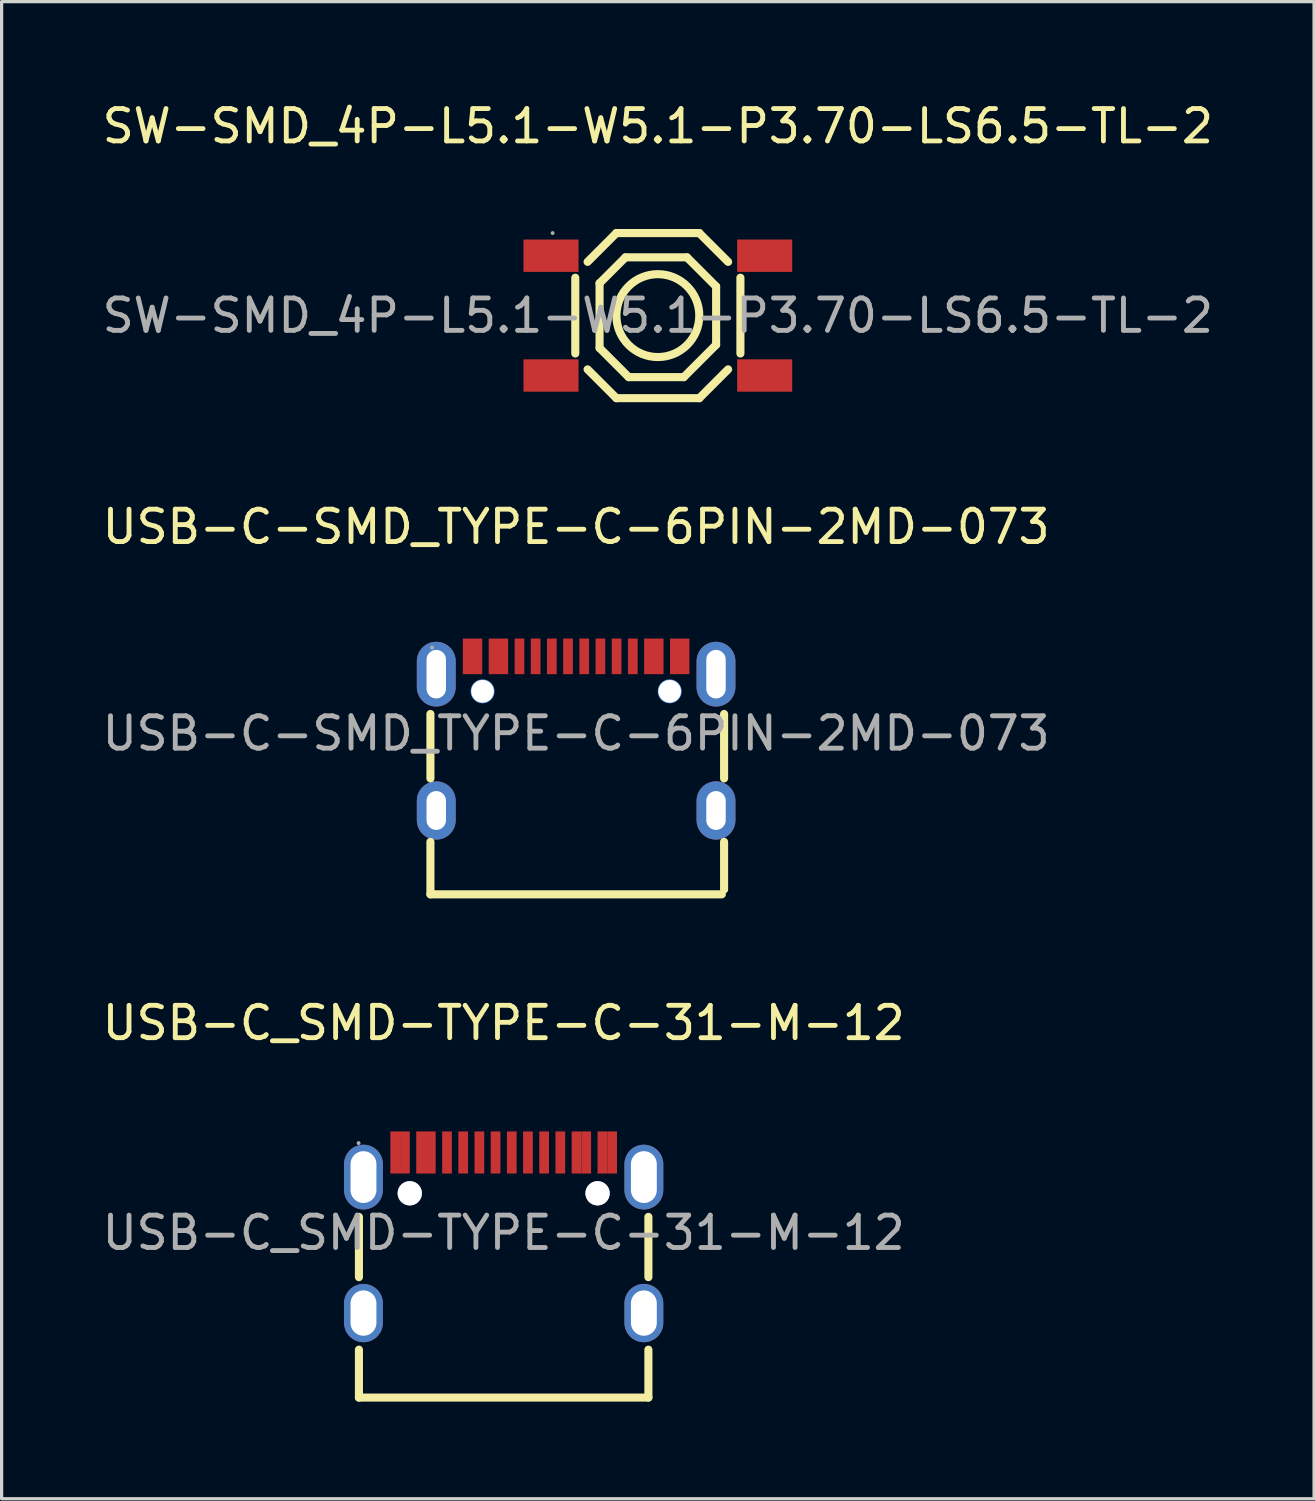
<source format=kicad_pcb>
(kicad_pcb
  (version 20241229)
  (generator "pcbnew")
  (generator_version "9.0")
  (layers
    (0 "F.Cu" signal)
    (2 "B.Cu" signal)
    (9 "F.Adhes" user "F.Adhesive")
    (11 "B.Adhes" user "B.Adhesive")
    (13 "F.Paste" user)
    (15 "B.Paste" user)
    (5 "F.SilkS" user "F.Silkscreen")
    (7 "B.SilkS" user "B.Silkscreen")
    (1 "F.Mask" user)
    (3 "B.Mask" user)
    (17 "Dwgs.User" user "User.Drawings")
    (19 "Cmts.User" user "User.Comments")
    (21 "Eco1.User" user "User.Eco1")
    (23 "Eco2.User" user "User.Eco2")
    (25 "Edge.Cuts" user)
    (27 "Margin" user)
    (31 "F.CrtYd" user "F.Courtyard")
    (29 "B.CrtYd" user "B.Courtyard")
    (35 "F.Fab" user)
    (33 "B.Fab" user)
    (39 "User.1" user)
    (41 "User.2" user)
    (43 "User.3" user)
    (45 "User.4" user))
  (footprint "USB-C-SMD_TYPE-C-6PIN-2MD-073"
    (layer "F.Cu")
    (at 14.744 19.602)
    (property "Reference" "USB-C-SMD_TYPE-C-6PIN-2MD-073" (at 0 -6.38 0) (layer "F.SilkS") (effects (font (size 1 1) (thickness 0.15))))
    (attr smd)
    (fp_line (start -4.5 1.39) (end -4.5 -0.6) (stroke (width 0.25) (type solid)) (layer "F.SilkS"))
    (fp_line (start -4.5 4.97) (end -4.5 3.35) (stroke (width 0.25) (type solid)) (layer "F.SilkS"))
    (fp_line (start 4.5 4.97) (end -4.5 4.97) (stroke (width 0.25) (type solid)) (layer "F.SilkS"))
    (fp_line (start 4.57 1.39) (end 4.57 -0.6) (stroke (width 0.25) (type solid)) (layer "F.SilkS"))
    (fp_line (start 4.57 4.82) (end 4.57 3.35) (stroke (width 0.25) (type solid)) (layer "F.SilkS"))
    (fp_circle (center -2.89 -1.3) (end -2.77 -1.3) (stroke (width 0.25) (type solid)) (fill no) (layer "Cmts.User"))
    (fp_circle (center 2.89 -1.3) (end 3.01 -1.3) (stroke (width 0.25) (type solid)) (fill no) (layer "Cmts.User"))
    (fp_circle (center -4.45 -2.65) (end -4.42 -2.65) (stroke (width 0.06) (type solid)) (fill no) (layer "F.Fab"))
    (fp_text user "${REFERENCE}" (at 0 0 0) (layer "F.Fab") (effects (font (size 1 1) (thickness 0.15))))
    (pad "" thru_hole circle (at -2.89 -1.3) (size 0.7 0.7) (drill 0.7) (layers "*.Cu" "*.Mask"))
    (pad "" thru_hole circle (at 2.89 -1.3) (size 0.7 0.7) (drill 0.7) (layers "*.Cu" "*.Mask"))
    (pad "1" smd rect (at -3.2 -2.38) (size 0.6 1.1) (layers "F.Cu" "F.Mask" "F.Paste"))
    (pad "2" smd rect (at -2.4 -2.38) (size 0.6 1.1) (layers "F.Cu" "F.Mask" "F.Paste"))
    (pad "3" smd rect (at -1.75 -2.38) (size 0.3 1.1) (layers "F.Cu" "F.Mask" "F.Paste"))
    (pad "4" smd rect (at -1.25 -2.38) (size 0.3 1.1) (layers "F.Cu" "F.Mask" "F.Paste"))
    (pad "5" smd rect (at -0.75 -2.38) (size 0.3 1.1) (layers "F.Cu" "F.Mask" "F.Paste"))
    (pad "6" smd rect (at -0.25 -2.38) (size 0.3 1.1) (layers "F.Cu" "F.Mask" "F.Paste"))
    (pad "7" smd rect (at 0.25 -2.38) (size 0.3 1.1) (layers "F.Cu" "F.Mask" "F.Paste"))
    (pad "8" smd rect (at 0.75 -2.38) (size 0.3 1.1) (layers "F.Cu" "F.Mask" "F.Paste"))
    (pad "9" smd rect (at 1.25 -2.38) (size 0.3 1.1) (layers "F.Cu" "F.Mask" "F.Paste"))
    (pad "10" smd rect (at 1.75 -2.38) (size 0.3 1.1) (layers "F.Cu" "F.Mask" "F.Paste"))
    (pad "11" smd rect (at 2.4 -2.38) (size 0.6 1.1) (layers "F.Cu" "F.Mask" "F.Paste"))
    (pad "12" smd rect (at 3.2 -2.38) (size 0.6 1.1) (layers "F.Cu" "F.Mask" "F.Paste"))
    (pad "13" thru_hole oval (at -4.32 -1.83) (size 1.2 2) (drill oval 0.6 1.5) (layers "*.Cu" "*.Paste" "*.Mask"))
    (pad "13" thru_hole oval (at -4.32 2.38) (size 1.2 1.8) (drill oval 0.6 1.2) (layers "*.Cu" "*.Paste" "*.Mask"))
    (pad "14" thru_hole oval (at 4.32 -1.83) (size 1.2 2) (drill oval 0.6 1.5) (layers "*.Cu" "*.Paste" "*.Mask"))
    (pad "14" thru_hole oval (at 4.32 2.38) (size 1.2 1.8) (drill oval 0.6 1.2) (layers "*.Cu" "*.Paste" "*.Mask")))
  (footprint "USB-C_SMD-TYPE-C-31-M-12"
    (layer "F.Cu")
    (at 12.506 35.025)
    (property "Reference" "USB-C_SMD-TYPE-C-31-M-12" (at 0 -6.48 0) (layer "F.SilkS") (effects (font (size 1 1) (thickness 0.15))))
    (attr through_hole)
    (fp_line (start -4.47 1.37) (end -4.47 -0.49) (stroke (width 0.25) (type solid)) (layer "F.SilkS"))
    (fp_line (start -4.47 5.09) (end -4.47 3.61) (stroke (width 0.25) (type solid)) (layer "F.SilkS"))
    (fp_line (start 4.47 1.37) (end 4.47 -0.49) (stroke (width 0.25) (type solid)) (layer "F.SilkS"))
    (fp_line (start 4.47 5.09) (end -4.47 5.09) (stroke (width 0.25) (type solid)) (layer "F.SilkS"))
    (fp_line (start 4.47 5.09) (end 4.47 3.61) (stroke (width 0.25) (type solid)) (layer "F.SilkS"))
    (fp_circle (center -2.9 -1.22) (end -2.78 -1.22) (stroke (width 0.25) (type solid)) (fill no) (layer "Cmts.User"))
    (fp_circle (center 2.9 -1.22) (end 3.02 -1.22) (stroke (width 0.25) (type solid)) (fill no) (layer "Cmts.User"))
    (fp_circle (center -4.48 -2.77) (end -4.45 -2.77) (stroke (width 0.06) (type solid)) (fill no) (layer "F.Fab"))
    (fp_text user "${REFERENCE}" (at 0 0 0) (layer "F.Fab") (effects (font (size 1 1) (thickness 0.15))))
    (pad "" thru_hole circle (at -2.9 -1.22) (size 0.75 0.75) (drill 0.75) (layers "*.Cu" "*.Mask"))
    (pad "" thru_hole circle (at 2.9 -1.22) (size 0.75 0.75) (drill 0.75) (layers "*.Cu" "*.Mask"))
    (pad "0" thru_hole oval (at -4.33 -1.72) (size 1.2 2) (drill oval 0.8 1.6) (layers "*.Cu" "*.Paste" "*.Mask"))
    (pad "0" thru_hole oval (at -4.33 2.48) (size 1.2 1.8) (drill oval 0.8 1.4) (layers "*.Cu" "*.Paste" "*.Mask"))
    (pad "0" thru_hole oval (at 4.33 -1.72) (size 1.2 2) (drill oval 0.8 1.6) (layers "*.Cu" "*.Paste" "*.Mask"))
    (pad "0" thru_hole oval (at 4.33 2.48) (size 1.2 1.8) (drill oval 0.8 1.4) (layers "*.Cu" "*.Paste" "*.Mask"))
    (pad "A1" smd rect (at -3.35 -2.48) (size 0.3 1.3) (layers "F.Cu" "F.Mask" "F.Paste"))
    (pad "A4" smd rect (at -2.55 -2.48) (size 0.3 1.3) (layers "F.Cu" "F.Mask" "F.Paste"))
    (pad "A5" smd rect (at -1.25 -2.48) (size 0.3 1.3) (layers "F.Cu" "F.Mask" "F.Paste"))
    (pad "A6" smd rect (at -0.25 -2.48) (size 0.3 1.3) (layers "F.Cu" "F.Mask" "F.Paste"))
    (pad "A7" smd rect (at 0.25 -2.48) (size 0.3 1.3) (layers "F.Cu" "F.Mask" "F.Paste"))
    (pad "A8" smd rect (at 1.25 -2.48) (size 0.3 1.3) (layers "F.Cu" "F.Mask" "F.Paste"))
    (pad "A9" smd rect (at 2.55 -2.48) (size 0.3 1.3) (layers "F.Cu" "F.Mask" "F.Paste"))
    (pad "A12" smd rect (at 3.35 -2.48) (size 0.3 1.3) (layers "F.Cu" "F.Mask" "F.Paste"))
    (pad "B1" smd rect (at 3.05 -2.48) (size 0.3 1.3) (layers "F.Cu" "F.Mask" "F.Paste"))
    (pad "B4" smd rect (at 2.25 -2.48) (size 0.3 1.3) (layers "F.Cu" "F.Mask" "F.Paste"))
    (pad "B5" smd rect (at 1.75 -2.48) (size 0.3 1.3) (layers "F.Cu" "F.Mask" "F.Paste"))
    (pad "B6" smd rect (at 0.75 -2.48) (size 0.3 1.3) (layers "F.Cu" "F.Mask" "F.Paste"))
    (pad "B7" smd rect (at -0.75 -2.48) (size 0.3 1.3) (layers "F.Cu" "F.Mask" "F.Paste"))
    (pad "B8" smd rect (at -1.75 -2.48) (size 0.3 1.3) (layers "F.Cu" "F.Mask" "F.Paste"))
    (pad "B9" smd rect (at -2.25 -2.48) (size 0.3 1.3) (layers "F.Cu" "F.Mask" "F.Paste"))
    (pad "B12" smd rect (at -3.05 -2.48) (size 0.3 1.3) (layers "F.Cu" "F.Mask" "F.Paste")))
  (footprint "SW-SMD_4P-L5.1-W5.1-P3.70-LS6.5-TL-2"
    (layer "F.Cu")
    (at 17.268 6.698)
    (property "Reference" "SW-SMD_4P-L5.1-W5.1-P3.70-LS6.5-TL-2" (at 0 -5.85 0) (layer "F.SilkS") (effects (font (size 1 1) (thickness 0.15))))
    (attr through_hole)
    (fp_line (start -2.55 -1.17) (end -2.55 1.17) (stroke (width 0.25) (type solid)) (layer "F.SilkS"))
    (fp_line (start -2.17 1.66) (end -1.28 2.55) (stroke (width 0.25) (type solid)) (layer "F.SilkS"))
    (fp_line (start -1.8 -1) (end -1 -1.8) (stroke (width 0.25) (type solid)) (layer "F.SilkS"))
    (fp_line (start -1.8 1) (end -1.8 -1) (stroke (width 0.25) (type solid)) (layer "F.SilkS"))
    (fp_line (start -1.28 -2.55) (end -2.17 -1.66) (stroke (width 0.25) (type solid)) (layer "F.SilkS"))
    (fp_line (start -1.28 -2.55) (end 1.28 -2.55) (stroke (width 0.25) (type solid)) (layer "F.SilkS"))
    (fp_line (start -1.28 2.55) (end 1.28 2.55) (stroke (width 0.25) (type solid)) (layer "F.SilkS"))
    (fp_line (start -1 -1.8) (end 0.9 -1.8) (stroke (width 0.25) (type solid)) (layer "F.SilkS"))
    (fp_line (start -0.9 1.9) (end -1.8 1) (stroke (width 0.25) (type solid)) (layer "F.SilkS"))
    (fp_line (start 0.8 1.9) (end -0.9 1.9) (stroke (width 0.25) (type solid)) (layer "F.SilkS"))
    (fp_line (start 0.9 -1.8) (end 1.8 -0.9) (stroke (width 0.25) (type solid)) (layer "F.SilkS"))
    (fp_line (start 1.28 -2.55) (end 2.17 -1.66) (stroke (width 0.25) (type solid)) (layer "F.SilkS"))
    (fp_line (start 1.8 -0.9) (end 1.8 0.9) (stroke (width 0.25) (type solid)) (layer "F.SilkS"))
    (fp_line (start 1.8 0.9) (end 0.8 1.9) (stroke (width 0.25) (type solid)) (layer "F.SilkS"))
    (fp_line (start 2.17 1.66) (end 1.28 2.55) (stroke (width 0.25) (type solid)) (layer "F.SilkS"))
    (fp_line (start 2.55 -1.17) (end 2.55 1.17) (stroke (width 0.25) (type solid)) (layer "F.SilkS"))
    (fp_circle (center 0 0) (end 1.28 0) (stroke (width 0.25) (type solid)) (fill no) (layer "F.SilkS"))
    (fp_circle (center -3.25 -2.55) (end -3.22 -2.55) (stroke (width 0.06) (type solid)) (fill no) (layer "F.Fab"))
    (fp_text user "${REFERENCE}" (at 0 0 0) (layer "F.Fab") (effects (font (size 1 1) (thickness 0.15))))
    (pad "1" smd rect (at -3.3 -1.85) (size 1.7 1) (layers "F.Cu" "F.Mask" "F.Paste"))
    (pad "2" smd rect (at 3.3 -1.85) (size 1.7 1) (layers "F.Cu" "F.Mask" "F.Paste"))
    (pad "3" smd rect (at -3.3 1.85) (size 1.7 1) (layers "F.Cu" "F.Mask" "F.Paste"))
    (pad "4" smd rect (at 3.3 1.85) (size 1.7 1) (layers "F.Cu" "F.Mask" "F.Paste")))
  (gr_rect
    (start -3 -3)
    (end 37.536 43.24)
    (stroke (width 0.1) (type default))
    (fill no)
    (layer "Edge.Cuts")))
</source>
